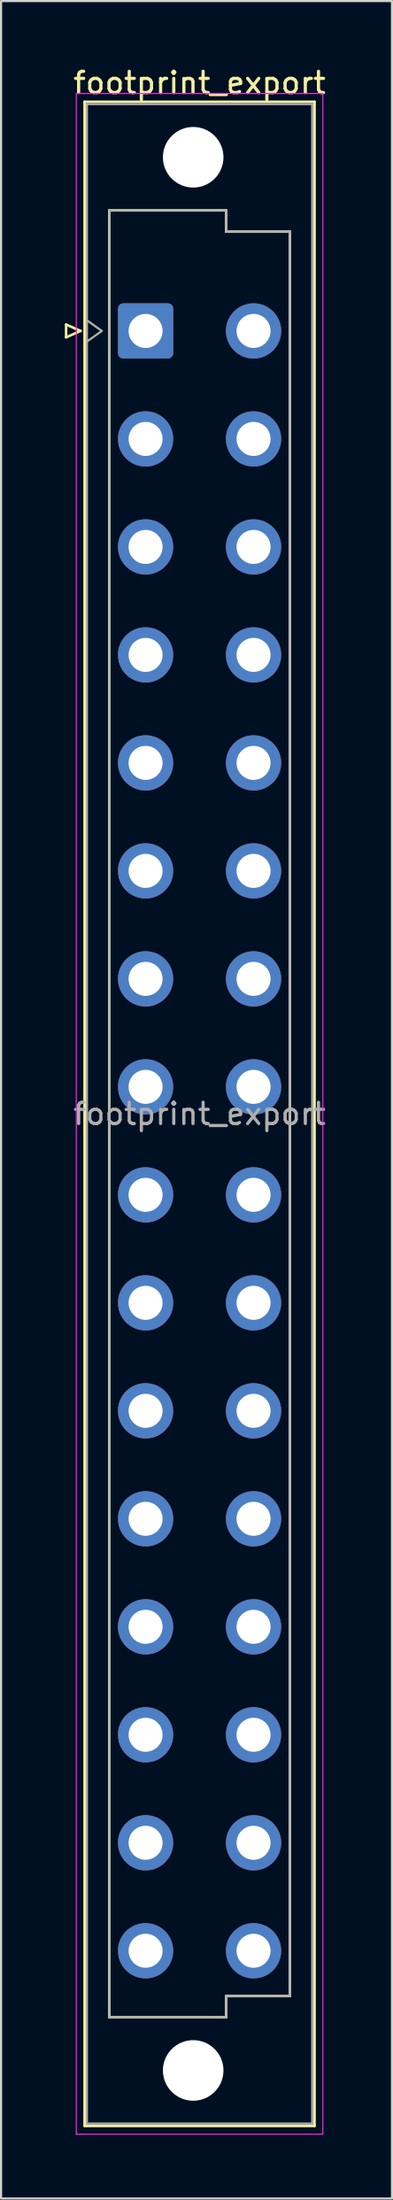
<source format=kicad_pcb>
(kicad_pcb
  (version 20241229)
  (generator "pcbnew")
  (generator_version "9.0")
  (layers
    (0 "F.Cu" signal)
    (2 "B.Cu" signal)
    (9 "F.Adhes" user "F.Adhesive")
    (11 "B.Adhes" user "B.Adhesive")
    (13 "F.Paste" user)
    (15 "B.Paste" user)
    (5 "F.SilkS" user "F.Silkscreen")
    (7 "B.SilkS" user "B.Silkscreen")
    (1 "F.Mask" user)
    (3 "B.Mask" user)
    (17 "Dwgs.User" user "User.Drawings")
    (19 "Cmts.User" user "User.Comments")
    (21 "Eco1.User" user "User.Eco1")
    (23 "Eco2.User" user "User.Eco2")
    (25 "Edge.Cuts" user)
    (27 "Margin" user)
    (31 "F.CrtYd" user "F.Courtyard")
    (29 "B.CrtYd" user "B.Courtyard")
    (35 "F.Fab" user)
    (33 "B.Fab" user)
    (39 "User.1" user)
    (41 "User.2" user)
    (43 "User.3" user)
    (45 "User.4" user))
  (footprint "footprint_export"
    (layer "F.Cu")
    (at 3.8 9.978)
    (property "Reference" "footprint_export" (at 2.54 -9.13 0) (layer "F.SilkS") (effects (font (size 1 1) (thickness 0.15))))
    (attr through_hole)
    (fp_line (start -3.74 2.24) (end -3.74 2.84) (stroke (width 0.12) (type solid)) (layer "F.SilkS"))
    (fp_line (start -3.74 2.84) (end -3.06 2.54) (stroke (width 0.12) (type solid)) (layer "F.SilkS"))
    (fp_line (start -3.06 2.54) (end -3.74 2.24) (stroke (width 0.12) (type solid)) (layer "F.SilkS"))
    (fp_line (start -2.87 -8.24) (end 7.95 -8.24) (stroke (width 0.12) (type solid)) (layer "F.SilkS"))
    (fp_line (start -2.87 86.98) (end -2.87 -8.24) (stroke (width 0.12) (type solid)) (layer "F.SilkS"))
    (fp_line (start -1.71 -3.131) (end 3.79 -3.131) (stroke (width 0.12) (type solid)) (layer "F.SilkS"))
    (fp_line (start -1.71 81.87) (end -1.71 -3.131) (stroke (width 0.12) (type solid)) (layer "F.SilkS"))
    (fp_line (start 3.79 -3.131) (end 3.79 -2.131) (stroke (width 0.12) (type solid)) (layer "F.SilkS"))
    (fp_line (start 3.79 -2.131) (end 6.79 -2.131) (stroke (width 0.12) (type solid)) (layer "F.SilkS"))
    (fp_line (start 3.79 80.87) (end 3.79 81.87) (stroke (width 0.12) (type solid)) (layer "F.SilkS"))
    (fp_line (start 3.79 81.87) (end -1.71 81.87) (stroke (width 0.12) (type solid)) (layer "F.SilkS"))
    (fp_line (start 6.79 -2.131) (end 6.79 80.87) (stroke (width 0.12) (type solid)) (layer "F.SilkS"))
    (fp_line (start 6.79 80.87) (end 3.79 80.87) (stroke (width 0.12) (type solid)) (layer "F.SilkS"))
    (fp_line (start 7.95 -8.24) (end 7.95 86.98) (stroke (width 0.12) (type solid)) (layer "F.SilkS"))
    (fp_line (start 7.95 86.98) (end -2.87 86.98) (stroke (width 0.12) (type solid)) (layer "F.SilkS"))
    (fp_line (start -3.26 -8.63) (end 8.34 -8.63) (stroke (width 0.05) (type solid)) (layer "F.CrtYd"))
    (fp_line (start -3.26 87.37) (end -3.26 -8.63) (stroke (width 0.05) (type solid)) (layer "F.CrtYd"))
    (fp_line (start 8.34 -8.63) (end 8.34 87.37) (stroke (width 0.05) (type solid)) (layer "F.CrtYd"))
    (fp_line (start 8.34 87.37) (end -3.26 87.37) (stroke (width 0.05) (type solid)) (layer "F.CrtYd"))
    (fp_line (start -2.76 -8.13) (end 7.84 -8.13) (stroke (width 0.1) (type solid)) (layer "F.Fab"))
    (fp_line (start -2.76 2.04) (end -2.06 2.54) (stroke (width 0.1) (type solid)) (layer "F.Fab"))
    (fp_line (start -2.76 86.87) (end -2.76 -8.13) (stroke (width 0.1) (type solid)) (layer "F.Fab"))
    (fp_line (start -2.06 2.54) (end -2.76 3.04) (stroke (width 0.1) (type solid)) (layer "F.Fab"))
    (fp_line (start -1.71 -3.13) (end 3.79 -3.13) (stroke (width 0.1) (type solid)) (layer "F.Fab"))
    (fp_line (start -1.71 81.87) (end -1.71 -3.13) (stroke (width 0.1) (type solid)) (layer "F.Fab"))
    (fp_line (start 3.79 -3.13) (end 3.79 -2.13) (stroke (width 0.1) (type solid)) (layer "F.Fab"))
    (fp_line (start 3.79 -2.13) (end 6.79 -2.13) (stroke (width 0.1) (type solid)) (layer "F.Fab"))
    (fp_line (start 3.79 80.87) (end 3.79 81.87) (stroke (width 0.1) (type solid)) (layer "F.Fab"))
    (fp_line (start 3.79 81.87) (end -1.71 81.87) (stroke (width 0.1) (type solid)) (layer "F.Fab"))
    (fp_line (start 6.79 -2.13) (end 6.79 80.87) (stroke (width 0.1) (type solid)) (layer "F.Fab"))
    (fp_line (start 6.79 80.87) (end 3.79 80.87) (stroke (width 0.1) (type solid)) (layer "F.Fab"))
    (fp_line (start 7.84 -8.13) (end 7.84 86.87) (stroke (width 0.1) (type solid)) (layer "F.Fab"))
    (fp_line (start 7.84 86.87) (end -2.76 86.87) (stroke (width 0.1) (type solid)) (layer "F.Fab"))
    (fp_text user "${REFERENCE}" (at 2.54 39.37 0) (layer "F.Fab") (effects (font (size 1 1) (thickness 0.15))))
    (pad "" np_thru_hole circle (at 2.24 -5.63) (size 2.85 2.85) (drill 2.85) (layers "*.Cu" "*.Mask"))
    (pad "" np_thru_hole circle (at 2.24 84.37) (size 2.85 2.85) (drill 2.85) (layers "*.Cu" "*.Mask"))
    (pad "a2" thru_hole roundrect (at 0 2.54) (size 2.6 2.6) (drill 1.6) (layers "*.Cu" "*.Mask") (roundrect_rratio 0.096))
    (pad "a4" thru_hole circle (at 0 7.62) (size 2.6 2.6) (drill 1.6) (layers "*.Cu" "*.Mask"))
    (pad "a6" thru_hole circle (at 0 12.7) (size 2.6 2.6) (drill 1.6) (layers "*.Cu" "*.Mask"))
    (pad "a8" thru_hole circle (at 0 17.78) (size 2.6 2.6) (drill 1.6) (layers "*.Cu" "*.Mask"))
    (pad "a10" thru_hole circle (at 0 22.86) (size 2.6 2.6) (drill 1.6) (layers "*.Cu" "*.Mask"))
    (pad "a12" thru_hole circle (at 0 27.94) (size 2.6 2.6) (drill 1.6) (layers "*.Cu" "*.Mask"))
    (pad "a14" thru_hole circle (at 0 33.02) (size 2.6 2.6) (drill 1.6) (layers "*.Cu" "*.Mask"))
    (pad "a16" thru_hole circle (at 0 38.1) (size 2.6 2.6) (drill 1.6) (layers "*.Cu" "*.Mask"))
    (pad "a18" thru_hole circle (at 0 43.18) (size 2.6 2.6) (drill 1.6) (layers "*.Cu" "*.Mask"))
    (pad "a20" thru_hole circle (at 0 48.26) (size 2.6 2.6) (drill 1.6) (layers "*.Cu" "*.Mask"))
    (pad "a22" thru_hole circle (at 0 53.34) (size 2.6 2.6) (drill 1.6) (layers "*.Cu" "*.Mask"))
    (pad "a24" thru_hole circle (at 0 58.42) (size 2.6 2.6) (drill 1.6) (layers "*.Cu" "*.Mask"))
    (pad "a26" thru_hole circle (at 0 63.5) (size 2.6 2.6) (drill 1.6) (layers "*.Cu" "*.Mask"))
    (pad "a28" thru_hole circle (at 0 68.58) (size 2.6 2.6) (drill 1.6) (layers "*.Cu" "*.Mask"))
    (pad "a30" thru_hole circle (at 0 73.66) (size 2.6 2.6) (drill 1.6) (layers "*.Cu" "*.Mask"))
    (pad "a32" thru_hole circle (at 0 78.74) (size 2.6 2.6) (drill 1.6) (layers "*.Cu" "*.Mask"))
    (pad "c2" thru_hole circle (at 5.08 2.54) (size 2.6 2.6) (drill 1.6) (layers "*.Cu" "*.Mask"))
    (pad "c4" thru_hole circle (at 5.08 7.62) (size 2.6 2.6) (drill 1.6) (layers "*.Cu" "*.Mask"))
    (pad "c6" thru_hole circle (at 5.08 12.7) (size 2.6 2.6) (drill 1.6) (layers "*.Cu" "*.Mask"))
    (pad "c8" thru_hole circle (at 5.08 17.78) (size 2.6 2.6) (drill 1.6) (layers "*.Cu" "*.Mask"))
    (pad "c10" thru_hole circle (at 5.08 22.86) (size 2.6 2.6) (drill 1.6) (layers "*.Cu" "*.Mask"))
    (pad "c12" thru_hole circle (at 5.08 27.94) (size 2.6 2.6) (drill 1.6) (layers "*.Cu" "*.Mask"))
    (pad "c14" thru_hole circle (at 5.08 33.02) (size 2.6 2.6) (drill 1.6) (layers "*.Cu" "*.Mask"))
    (pad "c16" thru_hole circle (at 5.08 38.1) (size 2.6 2.6) (drill 1.6) (layers "*.Cu" "*.Mask"))
    (pad "c18" thru_hole circle (at 5.08 43.18) (size 2.6 2.6) (drill 1.6) (layers "*.Cu" "*.Mask"))
    (pad "c20" thru_hole circle (at 5.08 48.26) (size 2.6 2.6) (drill 1.6) (layers "*.Cu" "*.Mask"))
    (pad "c22" thru_hole circle (at 5.08 53.34) (size 2.6 2.6) (drill 1.6) (layers "*.Cu" "*.Mask"))
    (pad "c24" thru_hole circle (at 5.08 58.42) (size 2.6 2.6) (drill 1.6) (layers "*.Cu" "*.Mask"))
    (pad "c26" thru_hole circle (at 5.08 63.5) (size 2.6 2.6) (drill 1.6) (layers "*.Cu" "*.Mask"))
    (pad "c28" thru_hole circle (at 5.08 68.58) (size 2.6 2.6) (drill 1.6) (layers "*.Cu" "*.Mask"))
    (pad "c30" thru_hole circle (at 5.08 73.66) (size 2.6 2.6) (drill 1.6) (layers "*.Cu" "*.Mask"))
    (pad "c32" thru_hole circle (at 5.08 78.74) (size 2.6 2.6) (drill 1.6) (layers "*.Cu" "*.Mask")))
  (gr_rect
    (start -3 -3)
    (end 15.394 100.373)
    (stroke (width 0.1) (type default))
    (fill no)
    (layer "Edge.Cuts")))
</source>
